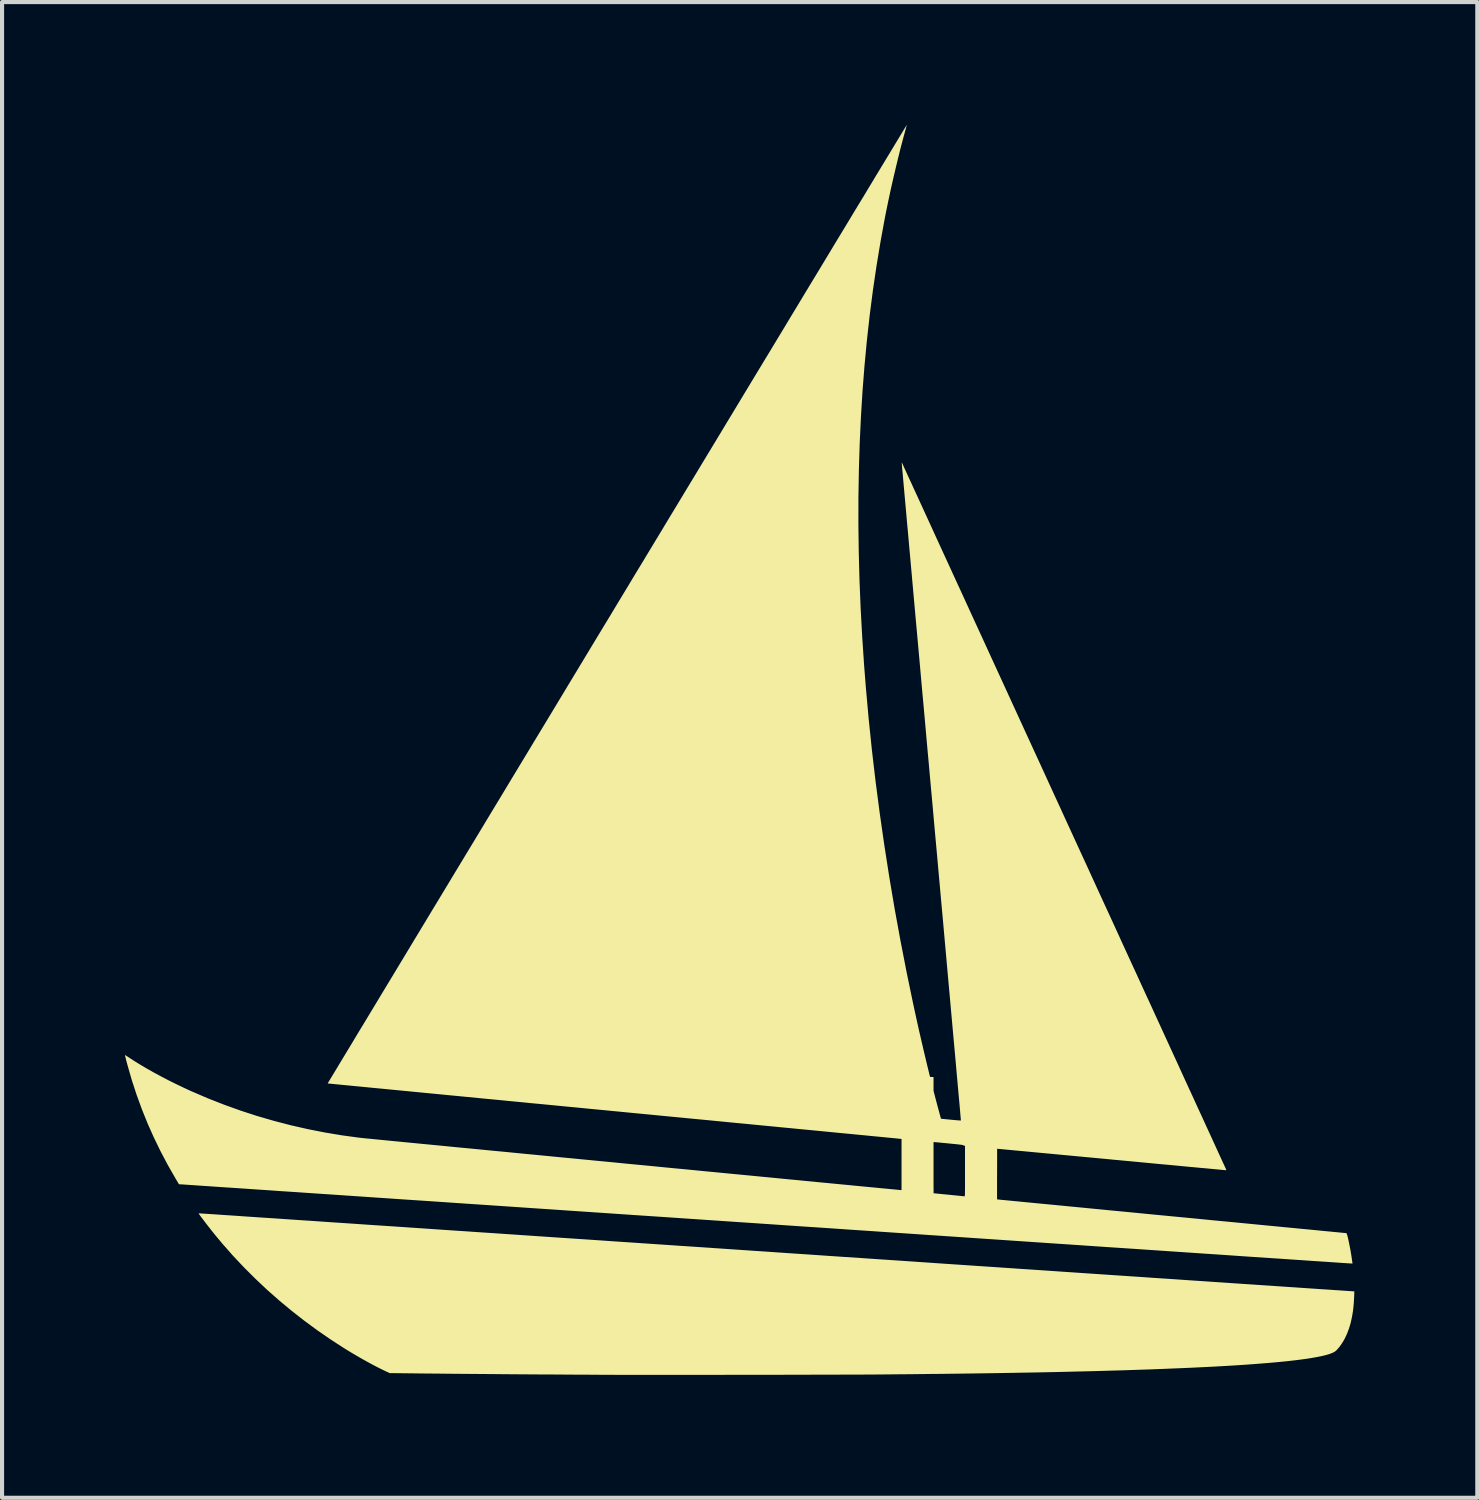
<source format=kicad_pcb>
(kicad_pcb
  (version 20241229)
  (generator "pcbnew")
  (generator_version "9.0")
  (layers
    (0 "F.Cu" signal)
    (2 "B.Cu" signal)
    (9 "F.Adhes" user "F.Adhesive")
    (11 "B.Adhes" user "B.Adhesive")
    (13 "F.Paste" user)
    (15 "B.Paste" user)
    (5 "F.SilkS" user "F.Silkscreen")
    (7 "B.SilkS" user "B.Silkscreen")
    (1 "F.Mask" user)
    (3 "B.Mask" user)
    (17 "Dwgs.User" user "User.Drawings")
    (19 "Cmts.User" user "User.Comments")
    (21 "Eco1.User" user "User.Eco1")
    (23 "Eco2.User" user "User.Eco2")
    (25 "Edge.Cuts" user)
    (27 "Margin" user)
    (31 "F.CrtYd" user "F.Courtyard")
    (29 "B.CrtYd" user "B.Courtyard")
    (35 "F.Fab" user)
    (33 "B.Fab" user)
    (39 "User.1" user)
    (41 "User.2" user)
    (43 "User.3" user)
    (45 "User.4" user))
  (footprint "Logo"
    (layer "F.Cu")
    (at 14.995 15.251)
    (property "Reference" "Logo" (at 0 0 0) (layer "F.SilkS") (effects (font (size 1.5 1.5) (thickness 0.3))))
    (attr board_only exclude_from_pos_files exclude_from_bom)
    (fp_poly (pts (xy -13.192 11.309) (xy -13.173 11.31) (xy -13.142 11.312) (xy -13.098 11.315) (xy -13.042 11.319) (xy -12.975 11.323) (xy -12.895 11.328) (xy -12.805 11.334) (xy -12.703 11.341) (xy -12.589 11.349) (xy -12.465 11.357) (xy -12.33 11.366) (xy -12.185 11.376) (xy -12.029 11.387) (xy -11.863 11.398) (xy -11.687 11.41) (xy -11.501 11.422) (xy -11.305 11.435) (xy -11.1 11.449) (xy -10.885 11.464) (xy -10.662 11.479) (xy -10.429 11.494) (xy -10.188 11.511) (xy -9.938 11.528) (xy -9.68 11.545) (xy -9.413 11.563) (xy -9.138 11.582) (xy -8.856 11.601) (xy -8.566 11.62) (xy -8.268 11.64) (xy -7.963 11.661) (xy -7.651 11.682) (xy -7.332 11.704) (xy -7.007 11.726) (xy -6.674 11.748) (xy -6.336 11.771) (xy -5.991 11.794) (xy -5.64 11.818) (xy -5.283 11.842) (xy -4.92 11.867) (xy -4.552 11.892) (xy -4.179 11.917) (xy -3.801 11.942) (xy -3.418 11.968) (xy -3.029 11.995) (xy -2.637 12.021) (xy -2.24 12.048) (xy -1.838 12.075) (xy -1.433 12.103) (xy -1.024 12.13) (xy -0.611 12.158) (xy -0.195 12.186) (xy 0.225 12.215) (xy 0.647 12.243) (xy 0.877 12.259) (xy 1.301 12.288) (xy 1.723 12.316) (xy 2.141 12.345) (xy 2.556 12.373) (xy 2.967 12.4) (xy 3.375 12.428) (xy 3.778 12.455) (xy 4.178 12.482) (xy 4.573 12.509) (xy 4.964 12.536) (xy 5.35 12.562) (xy 5.732 12.588) (xy 6.108 12.613) (xy 6.479 12.638) (xy 6.845 12.663) (xy 7.205 12.687) (xy 7.56 12.711) (xy 7.909 12.735) (xy 8.251 12.758) (xy 8.587 12.781) (xy 8.917 12.803) (xy 9.24 12.825) (xy 9.556 12.846) (xy 9.866 12.867) (xy 10.168 12.888) (xy 10.463 12.907) (xy 10.75 12.927) (xy 11.029 12.946) (xy 11.3 12.964) (xy 11.564 12.982) (xy 11.819 12.999) (xy 12.065 13.016) (xy 12.303 13.032) (xy 12.532 13.047) (xy 12.752 13.062) (xy 12.963 13.076) (xy 13.165 13.09) (xy 13.357 13.103) (xy 13.539 13.115) (xy 13.711 13.127) (xy 13.873 13.138) (xy 14.025 13.148) (xy 14.166 13.158) (xy 14.297 13.166) (xy 14.416 13.174) (xy 14.525 13.182) (xy 14.623 13.188) (xy 14.709 13.194) (xy 14.783 13.199) (xy 14.846 13.203) (xy 14.897 13.207) (xy 14.936 13.209) (xy 14.962 13.211) (xy 14.976 13.212) (xy 14.978 13.212) (xy 15.006 13.212) (xy 15.002 13.335) (xy 14.992 13.513) (xy 14.975 13.68) (xy 14.949 13.837) (xy 14.916 13.985) (xy 14.875 14.123) (xy 14.826 14.252) (xy 14.77 14.37) (xy 14.739 14.425) (xy 14.705 14.479) (xy 14.669 14.532) (xy 14.633 14.579) (xy 14.598 14.621) (xy 14.565 14.655) (xy 14.535 14.68) (xy 14.532 14.682) (xy 14.49 14.706) (xy 14.435 14.729) (xy 14.367 14.752) (xy 14.287 14.774) (xy 14.194 14.796) (xy 14.088 14.817) (xy 13.97 14.838) (xy 13.839 14.859) (xy 13.695 14.878) (xy 13.539 14.898) (xy 13.37 14.917) (xy 13.189 14.935) (xy 12.995 14.953) (xy 12.789 14.97) (xy 12.571 14.987) (xy 12.34 15.004) (xy 12.096 15.02) (xy 11.841 15.035) (xy 11.573 15.05) (xy 11.292 15.064) (xy 11 15.078) (xy 10.695 15.091) (xy 10.378 15.104) (xy 10.048 15.117) (xy 9.707 15.128) (xy 9.353 15.14) (xy 8.988 15.15) (xy 8.61 15.161) (xy 8.22 15.17) (xy 7.818 15.18) (xy 7.48 15.187) (xy 7.276 15.191) (xy 7.074 15.195) (xy 6.872 15.198) (xy 6.669 15.202) (xy 6.465 15.205) (xy 6.258 15.209) (xy 6.049 15.212) (xy 5.835 15.215) (xy 5.617 15.218) (xy 5.393 15.221) (xy 5.162 15.224) (xy 4.925 15.227) (xy 4.679 15.229) (xy 4.424 15.232) (xy 4.16 15.235) (xy 3.885 15.237) (xy 3.599 15.24) (xy 3.393 15.242) (xy 3.341 15.242) (xy 3.276 15.243) (xy 3.2 15.243) (xy 3.113 15.243) (xy 3.016 15.244) (xy 2.908 15.244) (xy 2.791 15.245) (xy 2.665 15.245) (xy 2.531 15.245) (xy 2.389 15.246) (xy 2.24 15.246) (xy 2.084 15.246) (xy 1.922 15.247) (xy 1.754 15.247) (xy 1.582 15.248) (xy 1.405 15.248) (xy 1.224 15.248) (xy 1.04 15.249) (xy 0.853 15.249) (xy 0.664 15.249) (xy 0.474 15.249) (xy 0.282 15.25) (xy 0.09 15.25) (xy -0.102 15.25) (xy -0.293 15.25) (xy -0.484 15.251) (xy -0.672 15.251) (xy -0.858 15.251) (xy -1.042 15.251) (xy -1.221 15.251) (xy -1.397 15.251) (xy -1.569 15.251) (xy -1.735 15.251) (xy -1.896 15.251) (xy -2.05 15.251) (xy -2.198 15.251) (xy -2.338 15.251) (xy -2.47 15.251) (xy -2.594 15.251) (xy -2.709 15.251) (xy -2.814 15.251) (xy -2.91 15.251) (xy -2.994 15.251) (xy -3.067 15.25) (xy -3.108 15.25) (xy -3.392 15.249) (xy -3.681 15.247) (xy -3.972 15.246) (xy -4.264 15.244) (xy -4.557 15.242) (xy -4.85 15.241) (xy -5.142 15.239) (xy -5.431 15.237) (xy -5.717 15.235) (xy -5.999 15.232) (xy -6.275 15.23) (xy -6.545 15.228) (xy -6.808 15.226) (xy -7.063 15.224) (xy -7.308 15.221) (xy -7.543 15.219) (xy -7.767 15.217) (xy -7.899 15.215) (xy -8.535 15.208) (xy -8.645 15.157) (xy -8.742 15.11) (xy -8.848 15.057) (xy -8.96 14.998) (xy -9.078 14.934) (xy -9.2 14.866) (xy -9.323 14.795) (xy -9.446 14.723) (xy -9.567 14.65) (xy -9.643 14.603) (xy -9.974 14.389) (xy -10.299 14.165) (xy -10.617 13.931) (xy -10.928 13.688) (xy -11.231 13.436) (xy -11.526 13.176) (xy -11.811 12.907) (xy -12.088 12.631) (xy -12.354 12.349) (xy -12.61 12.059) (xy -12.795 11.838) (xy -12.829 11.795) (xy -12.866 11.749) (xy -12.904 11.701) (xy -12.943 11.651) (xy -12.982 11.601) (xy -13.02 11.552) (xy -13.056 11.505) (xy -13.09 11.46) (xy -13.121 11.419) (xy -13.148 11.383) (xy -13.17 11.353) (xy -13.186 11.33) (xy -13.196 11.315) (xy -13.199 11.308) (xy -13.198 11.308)) (stroke (width 0) (type solid)) (fill yes) (layer "F.SilkS"))
    (fp_poly (pts (xy 4.082 -15.245) (xy 4.078 -15.228) (xy 4.071 -15.203) (xy 4.063 -15.171) (xy 4.053 -15.135) (xy 3.991 -14.907) (xy 3.928 -14.668) (xy 3.867 -14.421) (xy 3.806 -14.168) (xy 3.746 -13.912) (xy 3.688 -13.654) (xy 3.633 -13.397) (xy 3.581 -13.144) (xy 3.549 -12.982) (xy 3.443 -12.403) (xy 3.346 -11.816) (xy 3.258 -11.221) (xy 3.18 -10.617) (xy 3.112 -10.006) (xy 3.053 -9.386) (xy 3.004 -8.758) (xy 2.965 -8.123) (xy 2.935 -7.479) (xy 2.915 -6.828) (xy 2.904 -6.169) (xy 2.903 -5.503) (xy 2.912 -4.829) (xy 2.93 -4.147) (xy 2.958 -3.458) (xy 2.996 -2.762) (xy 3.043 -2.059) (xy 3.086 -1.514) (xy 3.154 -0.757) (xy 3.233 0.006) (xy 3.323 0.774) (xy 3.424 1.545) (xy 3.535 2.319) (xy 3.656 3.095) (xy 3.787 3.873) (xy 3.929 4.65) (xy 4.08 5.426) (xy 4.231 6.154) (xy 4.263 6.303) (xy 4.295 6.449) (xy 4.326 6.592) (xy 4.358 6.735) (xy 4.39 6.879) (xy 4.424 7.025) (xy 4.459 7.175) (xy 4.495 7.331) (xy 4.534 7.494) (xy 4.575 7.666) (xy 4.619 7.848) (xy 4.627 7.88) (xy 4.651 7.979) (xy 4.694 7.981) (xy 4.737 7.983) (xy 4.737 8.151) (xy 4.737 8.319) (xy 4.785 8.504) (xy 4.803 8.573) (xy 4.821 8.641) (xy 4.838 8.706) (xy 4.855 8.767) (xy 4.87 8.823) (xy 4.884 8.874) (xy 4.896 8.918) (xy 4.905 8.953) (xy 4.913 8.979) (xy 4.918 8.995) (xy 4.919 8.999) (xy 4.926 9) (xy 4.944 9.003) (xy 4.971 9.006) (xy 5.006 9.009) (xy 5.047 9.013) (xy 5.092 9.018) (xy 5.139 9.022) (xy 5.187 9.027) (xy 5.235 9.031) (xy 5.28 9.035) (xy 5.32 9.039) (xy 5.354 9.041) (xy 5.381 9.043) (xy 5.399 9.044) (xy 5.405 9.044) (xy 5.404 9.038) (xy 5.403 9.019) (xy 5.4 8.988) (xy 5.396 8.945) (xy 5.391 8.889) (xy 5.386 8.823) (xy 5.379 8.745) (xy 5.371 8.656) (xy 5.362 8.556) (xy 5.352 8.446) (xy 5.341 8.325) (xy 5.329 8.194) (xy 5.317 8.054) (xy 5.303 7.903) (xy 5.289 7.744) (xy 5.274 7.575) (xy 5.258 7.397) (xy 5.241 7.211) (xy 5.223 7.016) (xy 5.205 6.813) (xy 5.186 6.602) (xy 5.166 6.383) (xy 5.146 6.157) (xy 5.125 5.924) (xy 5.103 5.684) (xy 5.081 5.437) (xy 5.058 5.183) (xy 5.035 4.924) (xy 5.011 4.658) (xy 4.987 4.386) (xy 4.962 4.109) (xy 4.936 3.827) (xy 4.91 3.54) (xy 4.884 3.247) (xy 4.857 2.951) (xy 4.83 2.649) (xy 4.802 2.344) (xy 4.774 2.035) (xy 4.746 1.723) (xy 4.718 1.407) (xy 4.689 1.087) (xy 4.682 1.015) (xy 4.653 0.695) (xy 4.625 0.378) (xy 4.596 0.065) (xy 4.568 -0.245) (xy 4.541 -0.551) (xy 4.514 -0.853) (xy 4.487 -1.151) (xy 4.46 -1.444) (xy 4.434 -1.733) (xy 4.409 -2.016) (xy 4.384 -2.295) (xy 4.359 -2.568) (xy 4.335 -2.835) (xy 4.311 -3.096) (xy 4.288 -3.351) (xy 4.266 -3.599) (xy 4.244 -3.841) (xy 4.223 -4.076) (xy 4.203 -4.304) (xy 4.183 -4.524) (xy 4.164 -4.737) (xy 4.145 -4.941) (xy 4.128 -5.138) (xy 4.111 -5.326) (xy 4.094 -5.506) (xy 4.079 -5.677) (xy 4.065 -5.839) (xy 4.051 -5.991) (xy 4.038 -6.134) (xy 4.026 -6.267) (xy 4.015 -6.39) (xy 4.005 -6.503) (xy 3.996 -6.605) (xy 3.988 -6.697) (xy 3.981 -6.777) (xy 3.974 -6.846) (xy 3.969 -6.904) (xy 3.965 -6.95) (xy 3.962 -6.984) (xy 3.96 -7.005) (xy 3.96 -7.015) (xy 3.96 -7.015) (xy 3.963 -7.011) (xy 3.97 -6.999) (xy 3.975 -6.99) (xy 3.978 -6.983) (xy 3.986 -6.964) (xy 4 -6.935) (xy 4.018 -6.894) (xy 4.042 -6.843) (xy 4.07 -6.781) (xy 4.103 -6.709) (xy 4.141 -6.626) (xy 4.184 -6.534) (xy 4.231 -6.431) (xy 4.282 -6.319) (xy 4.338 -6.198) (xy 4.398 -6.067) (xy 4.462 -5.928) (xy 4.53 -5.779) (xy 4.602 -5.622) (xy 4.678 -5.457) (xy 4.757 -5.283) (xy 4.84 -5.102) (xy 4.927 -4.913) (xy 5.017 -4.716) (xy 5.111 -4.512) (xy 5.208 -4.3) (xy 5.308 -4.082) (xy 5.412 -3.857) (xy 5.518 -3.625) (xy 5.627 -3.387) (xy 5.739 -3.143) (xy 5.854 -2.893) (xy 5.971 -2.638) (xy 6.091 -2.376) (xy 6.213 -2.11) (xy 6.338 -1.838) (xy 6.465 -1.561) (xy 6.594 -1.28) (xy 6.725 -0.994) (xy 6.858 -0.704) (xy 6.993 -0.409) (xy 7.13 -0.111) (xy 7.269 0.191) (xy 7.409 0.496) (xy 7.55 0.805) (xy 7.693 1.117) (xy 7.838 1.432) (xy 7.934 1.642) (xy 8.079 1.958) (xy 8.223 2.272) (xy 8.366 2.583) (xy 8.507 2.89) (xy 8.646 3.194) (xy 8.784 3.495) (xy 8.92 3.791) (xy 9.055 4.084) (xy 9.187 4.372) (xy 9.317 4.657) (xy 9.445 4.936) (xy 9.571 5.211) (xy 9.695 5.48) (xy 9.816 5.745) (xy 9.935 6.004) (xy 10.052 6.257) (xy 10.165 6.505) (xy 10.276 6.746) (xy 10.384 6.982) (xy 10.489 7.211) (xy 10.591 7.433) (xy 10.69 7.648) (xy 10.785 7.857) (xy 10.877 8.058) (xy 10.966 8.252) (xy 11.052 8.438) (xy 11.133 8.616) (xy 11.211 8.786) (xy 11.286 8.948) (xy 11.356 9.102) (xy 11.422 9.246) (xy 11.485 9.382) (xy 11.543 9.509) (xy 11.597 9.627) (xy 11.646 9.735) (xy 11.691 9.833) (xy 11.732 9.922) (xy 11.768 10) (xy 11.799 10.069) (xy 11.826 10.126) (xy 11.847 10.173) (xy 11.864 10.209) (xy 11.875 10.234) (xy 11.881 10.248) (xy 11.883 10.251) (xy 11.878 10.254) (xy 11.864 10.255) (xy 11.855 10.255) (xy 11.847 10.255) (xy 11.826 10.253) (xy 11.794 10.25) (xy 11.75 10.246) (xy 11.695 10.24) (xy 11.629 10.234) (xy 11.553 10.227) (xy 11.467 10.219) (xy 11.372 10.21) (xy 11.267 10.201) (xy 11.154 10.19) (xy 11.033 10.179) (xy 10.904 10.167) (xy 10.768 10.154) (xy 10.625 10.14) (xy 10.475 10.126) (xy 10.32 10.112) (xy 10.158 10.097) (xy 9.992 10.081) (xy 9.82 10.065) (xy 9.644 10.048) (xy 9.464 10.031) (xy 9.28 10.014) (xy 9.093 9.997) (xy 9.058 9.993) (xy 6.289 9.733) (xy 6.288 10.35) (xy 6.287 10.438) (xy 6.287 10.522) (xy 6.287 10.601) (xy 6.287 10.675) (xy 6.287 10.743) (xy 6.287 10.804) (xy 6.287 10.856) (xy 6.287 10.9) (xy 6.287 10.933) (xy 6.287 10.956) (xy 6.287 10.968) (xy 6.288 10.969) (xy 6.294 10.969) (xy 6.313 10.971) (xy 6.344 10.974) (xy 6.386 10.979) (xy 6.44 10.984) (xy 6.506 10.99) (xy 6.582 10.998) (xy 6.668 11.006) (xy 6.764 11.015) (xy 6.871 11.026) (xy 6.986 11.037) (xy 7.111 11.049) (xy 7.245 11.062) (xy 7.387 11.076) (xy 7.537 11.09) (xy 7.695 11.105) (xy 7.86 11.121) (xy 8.033 11.138) (xy 8.212 11.155) (xy 8.398 11.173) (xy 8.59 11.192) (xy 8.787 11.211) (xy 8.991 11.231) (xy 9.199 11.251) (xy 9.412 11.271) (xy 9.63 11.292) (xy 9.852 11.314) (xy 10.077 11.336) (xy 10.307 11.358) (xy 10.539 11.38) (xy 10.546 11.381) (xy 10.778 11.403) (xy 11.008 11.425) (xy 11.234 11.447) (xy 11.456 11.469) (xy 11.674 11.49) (xy 11.887 11.51) (xy 12.096 11.53) (xy 12.299 11.55) (xy 12.498 11.569) (xy 12.69 11.588) (xy 12.876 11.606) (xy 13.056 11.623) (xy 13.229 11.64) (xy 13.395 11.656) (xy 13.553 11.671) (xy 13.704 11.686) (xy 13.847 11.699) (xy 13.981 11.712) (xy 14.106 11.724) (xy 14.222 11.736) (xy 14.329 11.746) (xy 14.426 11.755) (xy 14.513 11.764) (xy 14.59 11.771) (xy 14.656 11.778) (xy 14.711 11.783) (xy 14.754 11.787) (xy 14.786 11.79) (xy 14.805 11.792) (xy 14.812 11.793) (xy 14.812 11.793) (xy 14.818 11.8) (xy 14.825 11.818) (xy 14.834 11.846) (xy 14.844 11.884) (xy 14.855 11.929) (xy 14.866 11.981) (xy 14.878 12.038) (xy 14.89 12.099) (xy 14.903 12.164) (xy 14.915 12.23) (xy 14.926 12.296) (xy 14.937 12.362) (xy 14.946 12.426) (xy 14.955 12.487) (xy 14.957 12.5) (xy 14.961 12.534) (xy 14.92 12.533) (xy 14.913 12.532) (xy 14.892 12.531) (xy 14.86 12.529) (xy 14.815 12.526) (xy 14.758 12.522) (xy 14.69 12.518) (xy 14.609 12.512) (xy 14.517 12.506) (xy 14.414 12.499) (xy 14.3 12.491) (xy 14.174 12.483) (xy 14.038 12.474) (xy 13.892 12.464) (xy 13.735 12.453) (xy 13.567 12.442) (xy 13.39 12.43) (xy 13.203 12.417) (xy 13.006 12.404) (xy 12.8 12.39) (xy 12.584 12.376) (xy 12.359 12.361) (xy 12.126 12.345) (xy 11.883 12.328) (xy 11.632 12.311) (xy 11.373 12.294) (xy 11.105 12.276) (xy 10.829 12.257) (xy 10.546 12.238) (xy 10.255 12.218) (xy 9.956 12.198) (xy 9.65 12.177) (xy 9.337 12.156) (xy 9.017 12.135) (xy 8.69 12.113) (xy 8.357 12.09) (xy 8.017 12.067) (xy 7.671 12.044) (xy 7.319 12.02) (xy 6.961 11.996) (xy 6.597 11.971) (xy 6.228 11.946) (xy 5.854 11.921) (xy 5.475 11.895) (xy 5.09 11.869) (xy 4.701 11.843) (xy 4.307 11.816) (xy 3.909 11.789) (xy 3.507 11.762) (xy 3.101 11.734) (xy 2.691 11.707) (xy 2.277 11.678) (xy 1.86 11.65) (xy 1.439 11.622) (xy 1.015 11.593) (xy 0.723 11.573) (xy 0.297 11.544) (xy -0.126 11.516) (xy -0.546 11.487) (xy -0.962 11.459) (xy -1.376 11.431) (xy -1.785 11.403) (xy -2.191 11.376) (xy -2.593 11.349) (xy -2.99 11.322) (xy -3.383 11.295) (xy -3.772 11.269) (xy -4.156 11.243) (xy -4.535 11.217) (xy -4.908 11.192) (xy -5.277 11.167) (xy -5.64 11.142) (xy -5.997 11.118) (xy -6.349 11.094) (xy -6.694 11.071) (xy -7.033 11.048) (xy -7.366 11.025) (xy -7.692 11.003) (xy -8.012 10.982) (xy -8.324 10.961) (xy -8.629 10.94) (xy -8.927 10.92) (xy -9.218 10.9) (xy -9.5 10.881) (xy -9.775 10.862) (xy -10.042 10.844) (xy -10.301 10.827) (xy -10.551 10.81) (xy -10.792 10.793) (xy -11.025 10.778) (xy -11.249 10.763) (xy -11.464 10.748) (xy -11.669 10.734) (xy -11.865 10.721) (xy -12.051 10.708) (xy -12.227 10.696) (xy -12.393 10.685) (xy -12.549 10.675) (xy -12.694 10.665) (xy -12.829 10.656) (xy -12.952 10.647) (xy -13.065 10.64) (xy -13.167 10.633) (xy -13.257 10.627) (xy -13.336 10.621) (xy -13.403 10.617) (xy -13.458 10.613) (xy -13.501 10.61) (xy -13.532 10.608) (xy -13.55 10.607) (xy -13.555 10.606) (xy -13.678 10.599) (xy -13.768 10.447) (xy -13.953 10.124) (xy -14.127 9.794) (xy -14.29 9.459) (xy -14.442 9.118) (xy -14.582 8.771) (xy -14.71 8.42) (xy -14.827 8.063) (xy -14.931 7.701) (xy -14.966 7.572) (xy -14.975 7.535) (xy -14.983 7.501) (xy -14.99 7.474) (xy -14.994 7.455) (xy -14.995 7.446) (xy -14.995 7.446) (xy -14.989 7.449) (xy -14.975 7.457) (xy -14.953 7.471) (xy -14.927 7.488) (xy -14.907 7.501) (xy -14.769 7.591) (xy -14.62 7.683) (xy -14.462 7.776) (xy -14.296 7.87) (xy -14.123 7.963) (xy -13.946 8.056) (xy -13.765 8.146) (xy -13.582 8.234) (xy -13.399 8.319) (xy -13.353 8.339) (xy -12.964 8.506) (xy -12.57 8.66) (xy -12.172 8.803) (xy -11.769 8.934) (xy -11.362 9.052) (xy -10.952 9.159) (xy -10.539 9.253) (xy -10.124 9.335) (xy -9.706 9.405) (xy -9.287 9.462) (xy -9.213 9.47) (xy -9.2 9.472) (xy -9.176 9.474) (xy -9.139 9.478) (xy -9.091 9.483) (xy -9.032 9.488) (xy -8.961 9.495) (xy -8.88 9.503) (xy -8.789 9.512) (xy -8.687 9.522) (xy -8.576 9.533) (xy -8.456 9.545) (xy -8.326 9.557) (xy -8.188 9.571) (xy -8.041 9.585) (xy -7.886 9.6) (xy -7.724 9.616) (xy -7.554 9.632) (xy -7.377 9.649) (xy -7.193 9.667) (xy -7.003 9.686) (xy -6.806 9.705) (xy -6.604 9.724) (xy -6.397 9.744) (xy -6.184 9.765) (xy -5.966 9.786) (xy -5.744 9.807) (xy -5.518 9.829) (xy -5.288 9.852) (xy -5.054 9.874) (xy -4.817 9.897) (xy -4.578 9.92) (xy -4.335 9.944) (xy -4.091 9.967) (xy -3.845 9.991) (xy -3.597 10.015) (xy -3.348 10.039) (xy -3.097 10.063) (xy -2.847 10.088) (xy -2.596 10.112) (xy -2.345 10.136) (xy -2.094 10.16) (xy -1.845 10.185) (xy -1.596 10.209) (xy -1.348 10.232) (xy -1.103 10.256) (xy -0.859 10.28) (xy -0.618 10.303) (xy -0.379 10.326) (xy -0.143 10.349) (xy 0.089 10.371) (xy 0.318 10.393) (xy 0.543 10.415) (xy 0.764 10.436) (xy 0.98 10.457) (xy 1.191 10.478) (xy 1.397 10.497) (xy 1.597 10.517) (xy 1.791 10.535) (xy 1.979 10.554) (xy 2.161 10.571) (xy 2.336 10.588) (xy 2.503 10.604) (xy 2.663 10.619) (xy 2.815 10.634) (xy 2.959 10.648) (xy 3.095 10.661) (xy 3.221 10.673) (xy 3.339 10.684) (xy 3.447 10.695) (xy 3.545 10.704) (xy 3.633 10.712) (xy 3.71 10.72) (xy 3.777 10.726) (xy 3.833 10.731) (xy 3.877 10.736) (xy 3.909 10.739) (xy 3.93 10.741) (xy 3.938 10.741) (xy 3.938 10.741) (xy 3.956 10.741) (xy 3.956 10.118) (xy 3.956 9.57) (xy 4.737 9.57) (xy 4.737 10.194) (xy 4.737 10.282) (xy 4.737 10.367) (xy 4.737 10.447) (xy 4.737 10.521) (xy 4.737 10.589) (xy 4.737 10.65) (xy 4.738 10.703) (xy 4.738 10.747) (xy 4.738 10.782) (xy 4.738 10.805) (xy 4.738 10.817) (xy 4.738 10.819) (xy 4.745 10.819) (xy 4.763 10.821) (xy 4.791 10.824) (xy 4.827 10.828) (xy 4.871 10.832) (xy 4.921 10.837) (xy 4.975 10.843) (xy 5.033 10.848) (xy 5.093 10.854) (xy 5.153 10.86) (xy 5.212 10.866) (xy 5.269 10.872) (xy 5.323 10.877) (xy 5.371 10.882) (xy 5.414 10.886) (xy 5.449 10.89) (xy 5.474 10.892) (xy 5.49 10.894) (xy 5.494 10.894) (xy 5.496 10.894) (xy 5.497 10.892) (xy 5.499 10.888) (xy 5.5 10.88) (xy 5.501 10.869) (xy 5.502 10.854) (xy 5.503 10.833) (xy 5.503 10.806) (xy 5.504 10.772) (xy 5.504 10.731) (xy 5.505 10.682) (xy 5.505 10.623) (xy 5.505 10.555) (xy 5.505 10.477) (xy 5.505 10.387) (xy 5.505 10.285) (xy 5.505 10.277) (xy 5.505 9.659) (xy 5.489 9.659) (xy 5.473 9.655) (xy 5.463 9.648) (xy 5.459 9.646) (xy 5.451 9.643) (xy 5.438 9.64) (xy 5.42 9.637) (xy 5.396 9.634) (xy 5.364 9.63) (xy 5.323 9.625) (xy 5.273 9.62) (xy 5.213 9.614) (xy 5.141 9.607) (xy 5.109 9.604) (xy 5.043 9.597) (xy 4.982 9.592) (xy 4.925 9.586) (xy 4.874 9.581) (xy 4.83 9.577) (xy 4.794 9.574) (xy 4.769 9.572) (xy 4.754 9.57) (xy 4.751 9.57) (xy 4.737 9.57) (xy 3.956 9.57) (xy 3.956 9.494) (xy 3.929 9.491) (xy 3.921 9.49) (xy 3.901 9.488) (xy 3.869 9.485) (xy 3.825 9.48) (xy 3.769 9.475) (xy 3.702 9.468) (xy 3.623 9.461) (xy 3.534 9.452) (xy 3.434 9.442) (xy 3.323 9.432) (xy 3.202 9.42) (xy 3.072 9.407) (xy 2.932 9.394) (xy 2.782 9.379) (xy 2.623 9.364) (xy 2.456 9.348) (xy 2.28 9.331) (xy 2.095 9.313) (xy 1.903 9.294) (xy 1.702 9.275) (xy 1.494 9.255) (xy 1.279 9.234) (xy 1.057 9.213) (xy 0.828 9.19) (xy 0.592 9.168) (xy 0.35 9.144) (xy 0.103 9.12) (xy -0.151 9.096) (xy -0.41 9.071) (xy -0.674 9.045) (xy -0.944 9.019) (xy -1.218 8.993) (xy -1.496 8.966) (xy -1.779 8.939) (xy -2.065 8.911) (xy -2.356 8.883) (xy -2.649 8.855) (xy -2.946 8.826) (xy -3.073 8.814) (xy -3.37 8.785) (xy -3.665 8.757) (xy -3.957 8.728) (xy -4.245 8.701) (xy -4.529 8.673) (xy -4.809 8.646) (xy -5.084 8.62) (xy -5.355 8.593) (xy -5.621 8.568) (xy -5.882 8.542) (xy -6.137 8.518) (xy -6.387 8.494) (xy -6.631 8.47) (xy -6.869 8.447) (xy -7.1 8.425) (xy -7.324 8.403) (xy -7.542 8.382) (xy -7.752 8.362) (xy -7.955 8.342) (xy -8.15 8.323) (xy -8.337 8.305) (xy -8.516 8.288) (xy -8.687 8.271) (xy -8.848 8.256) (xy -9.001 8.241) (xy -9.144 8.227) (xy -9.278 8.214) (xy -9.402 8.202) (xy -9.516 8.191) (xy -9.62 8.181) (xy -9.713 8.172) (xy -9.795 8.164) (xy -9.867 8.157) (xy -9.926 8.151) (xy -9.975 8.146) (xy -10.011 8.143) (xy -10.035 8.14) (xy -10.047 8.139) (xy -10.049 8.139) (xy -10.045 8.134) (xy -10.036 8.117) (xy -10.019 8.09) (xy -9.997 8.053) (xy -9.968 8.005) (xy -9.933 7.947) (xy -9.892 7.879) (xy -9.845 7.802) (xy -9.793 7.714) (xy -9.734 7.617) (xy -9.67 7.511) (xy -9.6 7.395) (xy -9.525 7.271) (xy -9.444 7.137) (xy -9.359 6.995) (xy -9.268 6.844) (xy -9.171 6.685) (xy -9.07 6.517) (xy -8.964 6.342) (xy -8.853 6.158) (xy -8.738 5.967) (xy -8.618 5.768) (xy -8.493 5.562) (xy -8.364 5.348) (xy -8.231 5.127) (xy -8.093 4.899) (xy -7.952 4.665) (xy -7.806 4.423) (xy -7.656 4.175) (xy -7.503 3.921) (xy -7.345 3.661) (xy -7.184 3.394) (xy -7.02 3.122) (xy -6.852 2.844) (xy -6.681 2.561) (xy -6.506 2.272) (xy -6.328 1.977) (xy -6.148 1.678) (xy -5.964 1.374) (xy -5.777 1.065) (xy -5.588 0.751) (xy -5.396 0.433) (xy -5.201 0.111) (xy -5.004 -0.216) (xy -4.804 -0.546) (xy -4.602 -0.88) (xy -4.398 -1.218) (xy -4.192 -1.56) (xy -3.984 -1.904) (xy -3.774 -2.252) (xy -3.562 -2.603) (xy -3.348 -2.957) (xy -3.132 -3.313) (xy -2.985 -3.558) (xy -2.768 -3.916) (xy -2.554 -4.272) (xy -2.34 -4.624) (xy -2.129 -4.974) (xy -1.919 -5.321) (xy -1.712 -5.665) (xy -1.506 -6.005) (xy -1.303 -6.342) (xy -1.101 -6.675) (xy -0.903 -7.004) (xy -0.706 -7.329) (xy -0.512 -7.65) (xy -0.321 -7.967) (xy -0.132 -8.279) (xy 0.053 -8.586) (xy 0.236 -8.889) (xy 0.416 -9.187) (xy 0.593 -9.479) (xy 0.767 -9.766) (xy 0.937 -10.048) (xy 1.104 -10.324) (xy 1.267 -10.595) (xy 1.427 -10.859) (xy 1.583 -11.118) (xy 1.735 -11.37) (xy 1.884 -11.615) (xy 2.029 -11.855) (xy 2.169 -12.087) (xy 2.305 -12.313) (xy 2.437 -12.531) (xy 2.565 -12.742) (xy 2.688 -12.946) (xy 2.807 -13.143) (xy 2.921 -13.331) (xy 3.031 -13.512) (xy 3.135 -13.685) (xy 3.235 -13.85) (xy 3.329 -14.007) (xy 3.419 -14.155) (xy 3.503 -14.294) (xy 3.582 -14.425) (xy 3.656 -14.546) (xy 3.724 -14.659) (xy 3.786 -14.762) (xy 3.843 -14.856) (xy 3.894 -14.94) (xy 3.939 -15.015) (xy 3.978 -15.079) (xy 4.011 -15.134) (xy 4.038 -15.178) (xy 4.059 -15.212) (xy 4.073 -15.236) (xy 4.081 -15.249) (xy 4.083 -15.251)) (stroke (width 0) (type solid)) (fill yes) (layer "F.SilkS")))
  (gr_rect
    (start -3 -3)
    (end 33.002 33.502)
    (stroke (width 0.1) (type default))
    (fill no)
    (layer "Edge.Cuts")))
</source>
